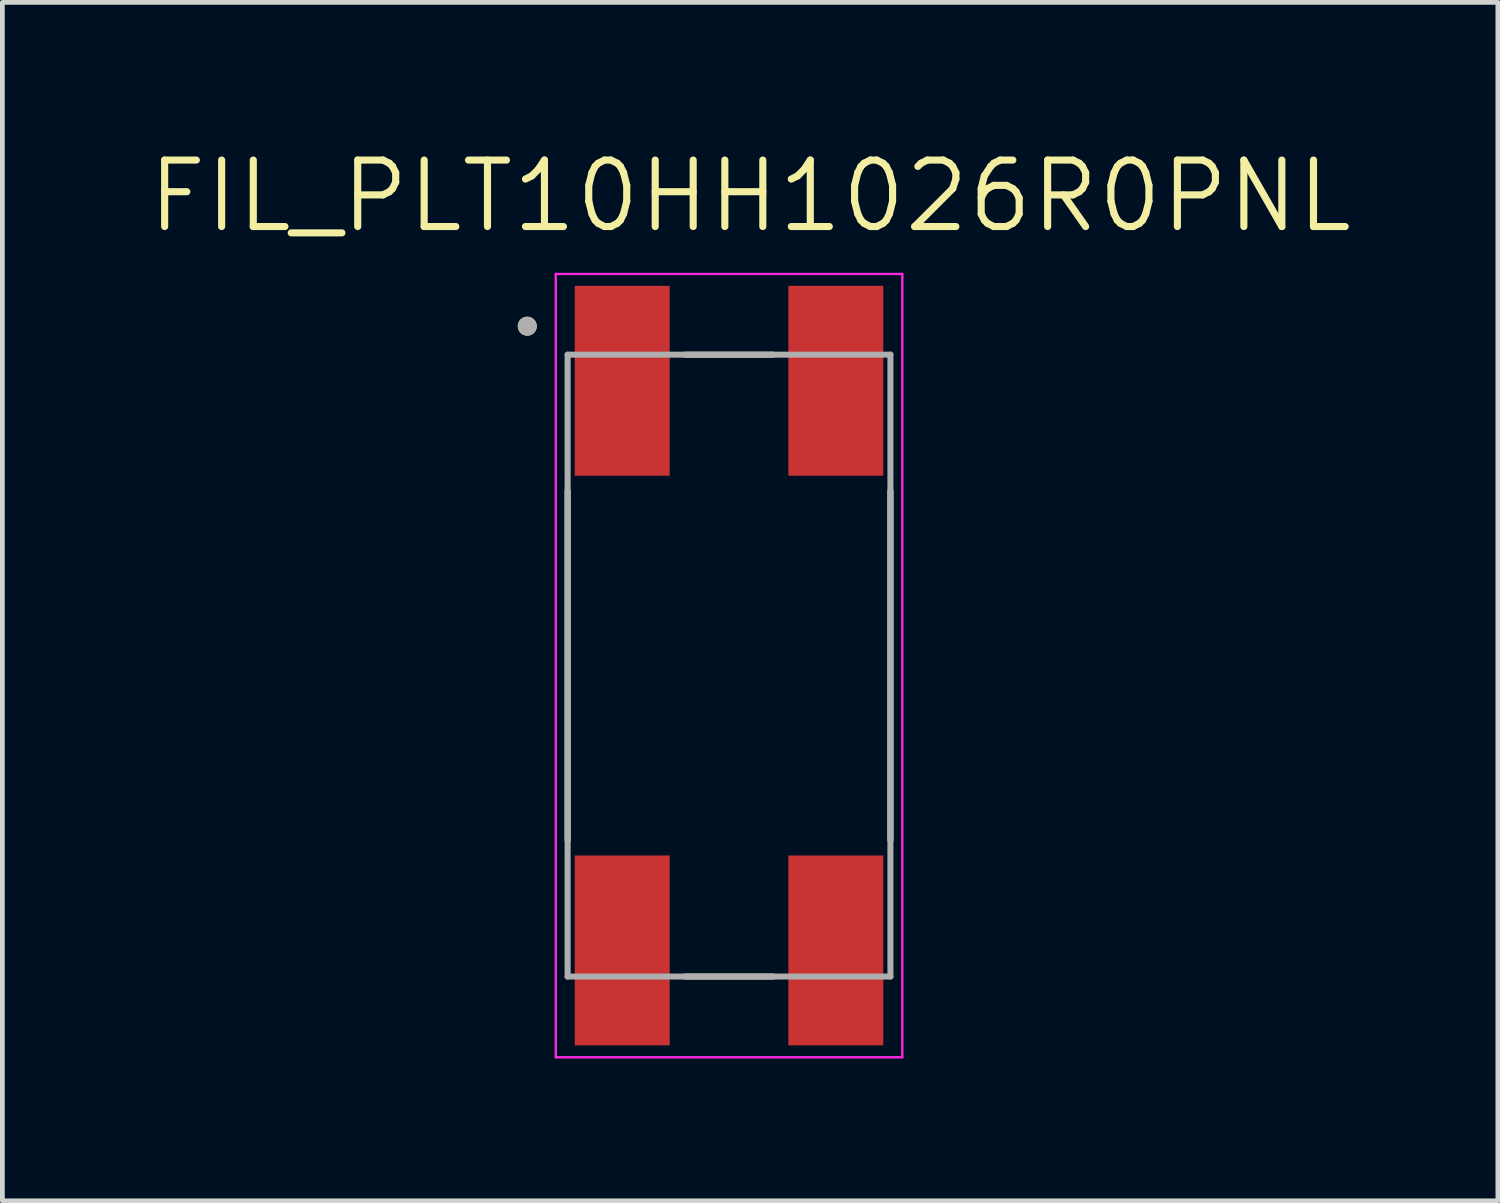
<source format=kicad_pcb>
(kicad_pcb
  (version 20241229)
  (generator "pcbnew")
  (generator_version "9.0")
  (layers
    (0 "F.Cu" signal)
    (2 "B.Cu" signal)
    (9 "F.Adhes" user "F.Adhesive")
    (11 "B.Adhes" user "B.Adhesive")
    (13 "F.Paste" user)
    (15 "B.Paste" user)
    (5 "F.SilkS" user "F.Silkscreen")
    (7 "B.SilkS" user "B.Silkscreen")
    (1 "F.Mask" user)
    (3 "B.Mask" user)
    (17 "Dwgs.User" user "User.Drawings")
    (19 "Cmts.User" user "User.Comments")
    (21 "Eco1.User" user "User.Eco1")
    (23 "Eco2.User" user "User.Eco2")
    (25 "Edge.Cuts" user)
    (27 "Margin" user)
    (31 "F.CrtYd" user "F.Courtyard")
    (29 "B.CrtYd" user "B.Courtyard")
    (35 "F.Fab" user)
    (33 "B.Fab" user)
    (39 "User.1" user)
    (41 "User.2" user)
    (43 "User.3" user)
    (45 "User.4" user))
  (footprint "FIL_PLT10HH1026R0PNL"
    (layer "F.Cu")
    (at 12.307 10.971)
    (property "Reference" "FIL_PLT10HH1026R0PNL" (at 0.445 -9.889 0) (layer "F.SilkS") (effects (font (size 1.4 1.4) (thickness 0.15))))
    (attr through_hole)
    (fp_poly (pts (xy -3.25 -8) (xy -1.25 -8) (xy -1.25 -4) (xy -3.25 -4)) (stroke (width 0.01) (type solid)) (fill yes) (layer "F.Mask"))
    (fp_poly (pts (xy -3.25 4) (xy -1.25 4) (xy -1.25 8) (xy -3.25 8)) (stroke (width 0.01) (type solid)) (fill yes) (layer "F.Mask"))
    (fp_poly (pts (xy 1.25 -8) (xy 3.25 -8) (xy 3.25 -4) (xy 1.25 -4)) (stroke (width 0.01) (type solid)) (fill yes) (layer "F.Mask"))
    (fp_poly (pts (xy 1.25 4) (xy 3.25 4) (xy 3.25 8) (xy 1.25 8)) (stroke (width 0.01) (type solid)) (fill yes) (layer "F.Mask"))
    (fp_line (start -3.4 3.68) (end -3.4 -3.68) (stroke (width 0.127) (type solid)) (layer "F.SilkS"))
    (fp_line (start -0.93 -6.55) (end 0.93 -6.55) (stroke (width 0.127) (type solid)) (layer "F.SilkS"))
    (fp_line (start 0.93 6.55) (end -0.93 6.55) (stroke (width 0.127) (type solid)) (layer "F.SilkS"))
    (fp_line (start 3.4 -3.68) (end 3.4 3.68) (stroke (width 0.127) (type solid)) (layer "F.SilkS"))
    (fp_circle (center -4.25 -7.15) (end -4.15 -7.15) (stroke (width 0.2) (type solid)) (fill no) (layer "F.SilkS"))
    (fp_line (start -3.65 -8.25) (end 3.65 -8.25) (stroke (width 0.05) (type solid)) (layer "F.CrtYd"))
    (fp_line (start -3.65 8.25) (end -3.65 -8.25) (stroke (width 0.05) (type solid)) (layer "F.CrtYd"))
    (fp_line (start 3.65 -8.25) (end 3.65 8.25) (stroke (width 0.05) (type solid)) (layer "F.CrtYd"))
    (fp_line (start 3.65 8.25) (end -3.65 8.25) (stroke (width 0.05) (type solid)) (layer "F.CrtYd"))
    (fp_line (start -3.4 -6.55) (end 3.4 -6.55) (stroke (width 0.127) (type solid)) (layer "F.Fab"))
    (fp_line (start -3.4 6.55) (end -3.4 -6.55) (stroke (width 0.127) (type solid)) (layer "F.Fab"))
    (fp_line (start 3.4 -6.55) (end 3.4 6.55) (stroke (width 0.127) (type solid)) (layer "F.Fab"))
    (fp_line (start 3.4 6.55) (end -3.4 6.55) (stroke (width 0.127) (type solid)) (layer "F.Fab"))
    (fp_circle (center -4.25 -7.15) (end -4.15 -7.15) (stroke (width 0.2) (type solid)) (fill no) (layer "F.Fab"))
    (pad "1" smd rect (at -2.25 -6) (size 2 4) (layers "F.Cu" "F.Paste"))
    (pad "2" smd rect (at 2.25 -6) (size 2 4) (layers "F.Cu" "F.Paste"))
    (pad "3" smd rect (at 2.25 6 180) (size 2 4) (layers "F.Cu" "F.Paste"))
    (pad "4" smd rect (at -2.25 6 180) (size 2 4) (layers "F.Cu" "F.Paste")))
  (gr_rect
    (start -3 -3)
    (end 28.503 22.246)
    (stroke (width 0.1) (type default))
    (fill no)
    (layer "Edge.Cuts")))
</source>
